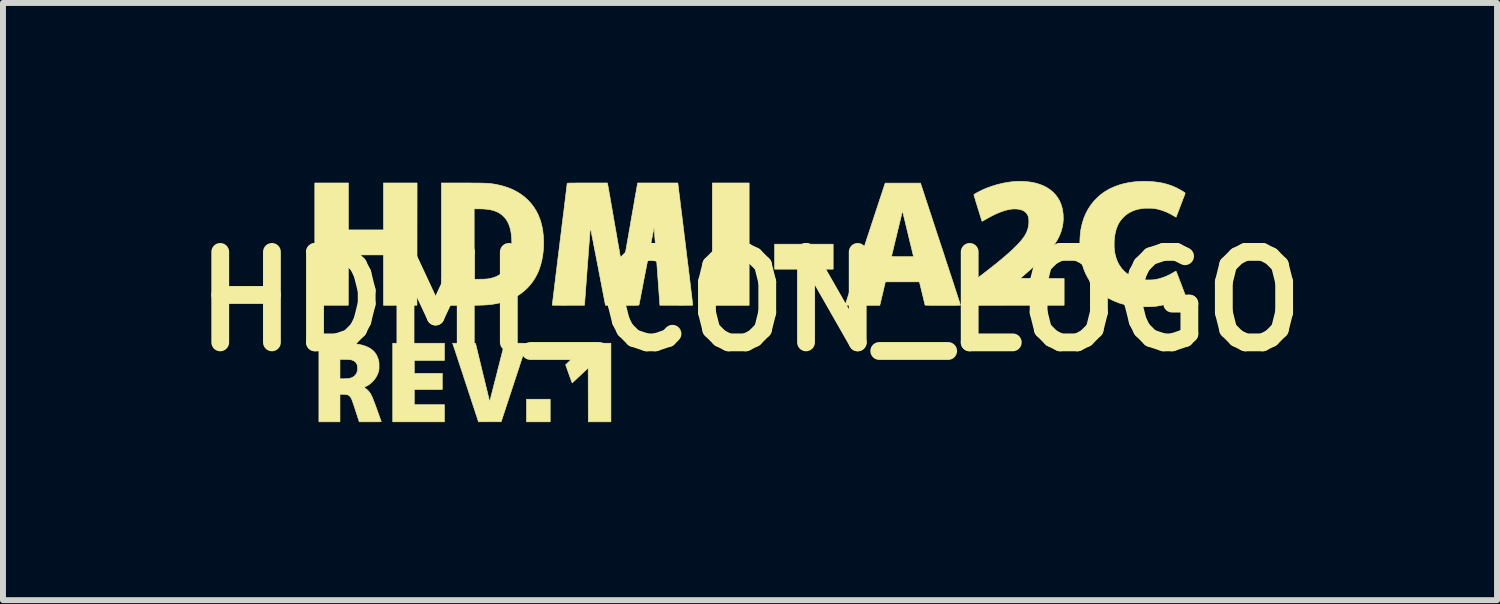
<source format=kicad_pcb>
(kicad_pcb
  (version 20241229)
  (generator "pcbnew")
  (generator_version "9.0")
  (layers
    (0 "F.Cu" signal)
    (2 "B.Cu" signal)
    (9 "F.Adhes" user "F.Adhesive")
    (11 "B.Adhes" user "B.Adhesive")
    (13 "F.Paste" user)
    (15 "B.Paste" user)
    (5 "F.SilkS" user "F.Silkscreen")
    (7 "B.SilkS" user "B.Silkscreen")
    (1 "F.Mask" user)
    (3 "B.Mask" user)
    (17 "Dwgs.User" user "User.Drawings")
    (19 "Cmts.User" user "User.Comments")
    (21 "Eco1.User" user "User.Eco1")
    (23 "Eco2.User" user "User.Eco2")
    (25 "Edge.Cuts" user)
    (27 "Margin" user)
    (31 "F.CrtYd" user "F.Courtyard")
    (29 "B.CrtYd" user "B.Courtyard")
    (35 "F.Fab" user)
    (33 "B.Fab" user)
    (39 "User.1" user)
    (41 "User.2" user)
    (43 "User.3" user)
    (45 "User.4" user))
  (footprint "HDMI_CON_LOGO"
    (layer "F.Cu")
    (at 9.587 2.029)
    (property "Reference" "HDMI_CON_LOGO" (at 0 0 0) (layer "F.SilkS") (effects (font (size 1.524 1.524) (thickness 0.3))))
    (attr through_hole)
    (fp_poly (pts (xy -3.367 2.028) (xy -3.766 2.028) (xy -3.766 1.647) (xy -3.367 1.647) (xy -3.367 2.028)) (stroke (width 0.01) (type solid)) (fill yes) (layer "F.SilkS"))
    (fp_poly (pts (xy -0.015 0.065) (xy -0.635 0.065) (xy -0.635 -1.996) (xy -0.015 -1.996) (xy -0.015 0.065)) (stroke (width 0.01) (type solid)) (fill yes) (layer "F.SilkS"))
    (fp_poly (pts (xy 1.401 -0.544) (xy 0.414 -0.544) (xy 0.414 -0.965) (xy 1.401 -0.965) (xy 1.401 -0.544)) (stroke (width 0.01) (type solid)) (fill yes) (layer "F.SilkS"))
    (fp_poly (pts (xy -5.149 0.994) (xy -5.657 0.994) (xy -5.657 1.212) (xy -5.185 1.212) (xy -5.185 1.484) (xy -5.657 1.484) (xy -5.657 1.738) (xy -5.149 1.738) (xy -5.149 2.028) (xy -6.02 2.028) (xy -6.02 0.704) (xy -5.149 0.704) (xy -5.149 0.994)) (stroke (width 0.01) (type solid)) (fill yes) (layer "F.SilkS"))
    (fp_poly (pts (xy -6.767 -1.205) (xy -6.176 -1.205) (xy -6.176 -1.996) (xy -5.61 -1.996) (xy -5.611 -0.966) (xy -5.612 0.064) (xy -5.894 0.064) (xy -6.176 0.065) (xy -6.176 -0.784) (xy -6.767 -0.784) (xy -6.768 -0.36) (xy -6.769 0.064) (xy -7.051 0.064) (xy -7.333 0.065) (xy -7.333 -1.996) (xy -6.767 -1.996) (xy -6.767 -1.205)) (stroke (width 0.01) (type solid)) (fill yes) (layer "F.SilkS"))
    (fp_poly (pts (xy -2.344 2.028) (xy -2.725 2.028) (xy -2.726 1.574) (xy -2.727 1.12) (xy -2.86 1.246) (xy -2.887 1.271) (xy -2.911 1.293) (xy -2.933 1.314) (xy -2.953 1.333) (xy -2.97 1.348) (xy -2.983 1.36) (xy -2.992 1.368) (xy -2.996 1.371) (xy -2.997 1.372) (xy -2.998 1.368) (xy -3.002 1.359) (xy -3.008 1.344) (xy -3.015 1.324) (xy -3.024 1.3) (xy -3.034 1.273) (xy -3.045 1.243) (xy -3.053 1.219) (xy -3.107 1.067) (xy -3.071 1.033) (xy -3.062 1.024) (xy -3.048 1.011) (xy -3.03 0.993) (xy -3.008 0.973) (xy -2.984 0.95) (xy -2.958 0.925) (xy -2.93 0.898) (xy -2.901 0.87) (xy -2.881 0.852) (xy -2.727 0.704) (xy -2.535 0.704) (xy -2.344 0.704) (xy -2.344 2.028)) (stroke (width 0.01) (type solid)) (fill yes) (layer "F.SilkS"))
    (fp_poly (pts (xy -4.818 0.705) (xy -4.625 0.706) (xy -4.508 1.19) (xy -4.494 1.248) (xy -4.48 1.304) (xy -4.467 1.358) (xy -4.455 1.409) (xy -4.443 1.457) (xy -4.432 1.501) (xy -4.422 1.541) (xy -4.414 1.578) (xy -4.406 1.609) (xy -4.4 1.635) (xy -4.395 1.655) (xy -4.391 1.67) (xy -4.389 1.678) (xy -4.389 1.68) (xy -4.386 1.683) (xy -4.385 1.683) (xy -4.384 1.68) (xy -4.382 1.67) (xy -4.377 1.653) (xy -4.372 1.632) (xy -4.365 1.605) (xy -4.357 1.573) (xy -4.348 1.538) (xy -4.338 1.499) (xy -4.327 1.456) (xy -4.316 1.412) (xy -4.304 1.364) (xy -4.291 1.316) (xy -4.278 1.266) (xy -4.265 1.215) (xy -4.253 1.164) (xy -4.24 1.114) (xy -4.227 1.064) (xy -4.215 1.016) (xy -4.203 0.969) (xy -4.192 0.925) (xy -4.181 0.883) (xy -4.171 0.844) (xy -4.163 0.809) (xy -4.155 0.779) (xy -4.148 0.753) (xy -4.143 0.732) (xy -4.139 0.717) (xy -4.137 0.708) (xy -4.137 0.706) (xy -4.133 0.705) (xy -4.123 0.705) (xy -4.107 0.705) (xy -4.086 0.705) (xy -4.06 0.704) (xy -4.03 0.704) (xy -3.997 0.704) (xy -3.962 0.704) (xy -3.948 0.704) (xy -3.912 0.704) (xy -3.878 0.704) (xy -3.847 0.704) (xy -3.819 0.705) (xy -3.796 0.705) (xy -3.778 0.705) (xy -3.766 0.706) (xy -3.76 0.706) (xy -3.759 0.707) (xy -3.761 0.71) (xy -3.764 0.721) (xy -3.769 0.737) (xy -3.777 0.759) (xy -3.786 0.787) (xy -3.796 0.82) (xy -3.809 0.858) (xy -3.823 0.901) (xy -3.838 0.948) (xy -3.855 0.998) (xy -3.873 1.052) (xy -3.891 1.11) (xy -3.911 1.17) (xy -3.932 1.233) (xy -3.953 1.298) (xy -3.975 1.364) (xy -3.976 1.368) (xy -4.193 2.027) (xy -4.384 2.027) (xy -4.575 2.028) (xy -4.59 1.984) (xy -4.592 1.975) (xy -4.597 1.96) (xy -4.604 1.939) (xy -4.613 1.913) (xy -4.624 1.881) (xy -4.636 1.844) (xy -4.649 1.803) (xy -4.664 1.758) (xy -4.68 1.709) (xy -4.697 1.657) (xy -4.715 1.602) (xy -4.734 1.545) (xy -4.753 1.486) (xy -4.773 1.425) (xy -4.781 1.402) (xy -4.801 1.341) (xy -4.821 1.28) (xy -4.84 1.22) (xy -4.859 1.163) (xy -4.878 1.107) (xy -4.895 1.055) (xy -4.911 1.006) (xy -4.926 0.96) (xy -4.94 0.918) (xy -4.952 0.881) (xy -4.962 0.849) (xy -4.971 0.822) (xy -4.978 0.802) (xy -4.983 0.787) (xy -4.984 0.785) (xy -5.011 0.704) (xy -4.818 0.705)) (stroke (width 0.01) (type solid)) (fill yes) (layer "F.SilkS"))
    (fp_poly (pts (xy -4.849 -1.996) (xy -4.781 -1.996) (xy -4.72 -1.996) (xy -4.666 -1.995) (xy -4.617 -1.995) (xy -4.573 -1.995) (xy -4.534 -1.994) (xy -4.499 -1.993) (xy -4.467 -1.992) (xy -4.439 -1.991) (xy -4.413 -1.989) (xy -4.389 -1.987) (xy -4.367 -1.985) (xy -4.346 -1.982) (xy -4.325 -1.979) (xy -4.305 -1.976) (xy -4.283 -1.972) (xy -4.261 -1.968) (xy -4.247 -1.965) (xy -4.161 -1.944) (xy -4.08 -1.918) (xy -4.003 -1.887) (xy -3.931 -1.85) (xy -3.863 -1.808) (xy -3.801 -1.762) (xy -3.744 -1.71) (xy -3.692 -1.654) (xy -3.645 -1.593) (xy -3.604 -1.528) (xy -3.568 -1.458) (xy -3.539 -1.384) (xy -3.526 -1.346) (xy -3.507 -1.272) (xy -3.492 -1.193) (xy -3.483 -1.111) (xy -3.478 -1.028) (xy -3.478 -0.943) (xy -3.483 -0.858) (xy -3.493 -0.775) (xy -3.508 -0.693) (xy -3.528 -0.615) (xy -3.552 -0.542) (xy -3.555 -0.533) (xy -3.587 -0.46) (xy -3.624 -0.392) (xy -3.666 -0.327) (xy -3.715 -0.267) (xy -3.742 -0.237) (xy -3.798 -0.183) (xy -3.859 -0.135) (xy -3.923 -0.092) (xy -3.993 -0.055) (xy -4.066 -0.023) (xy -4.145 0.004) (xy -4.229 0.027) (xy -4.265 0.035) (xy -4.289 0.039) (xy -4.312 0.043) (xy -4.335 0.047) (xy -4.357 0.05) (xy -4.381 0.053) (xy -4.406 0.055) (xy -4.433 0.058) (xy -4.462 0.059) (xy -4.493 0.061) (xy -4.529 0.062) (xy -4.568 0.063) (xy -4.611 0.064) (xy -4.659 0.064) (xy -4.713 0.065) (xy -4.772 0.065) (xy -4.838 0.065) (xy -4.885 0.065) (xy -5.2 0.065) (xy -5.2 -1.56) (xy -4.648 -1.56) (xy -4.648 -0.373) (xy -4.542 -0.375) (xy -4.505 -0.375) (xy -4.475 -0.376) (xy -4.45 -0.378) (xy -4.43 -0.379) (xy -4.414 -0.381) (xy -4.401 -0.383) (xy -4.342 -0.396) (xy -4.289 -0.414) (xy -4.241 -0.437) (xy -4.198 -0.465) (xy -4.16 -0.498) (xy -4.126 -0.537) (xy -4.098 -0.581) (xy -4.073 -0.63) (xy -4.053 -0.685) (xy -4.041 -0.731) (xy -4.03 -0.788) (xy -4.022 -0.849) (xy -4.016 -0.913) (xy -4.014 -0.978) (xy -4.015 -1.041) (xy -4.016 -1.06) (xy -4.022 -1.128) (xy -4.032 -1.191) (xy -4.046 -1.248) (xy -4.064 -1.299) (xy -4.086 -1.345) (xy -4.112 -1.386) (xy -4.143 -1.423) (xy -4.178 -1.456) (xy -4.19 -1.465) (xy -4.223 -1.488) (xy -4.258 -1.507) (xy -4.296 -1.523) (xy -4.337 -1.536) (xy -4.381 -1.546) (xy -4.43 -1.553) (xy -4.485 -1.558) (xy -4.545 -1.56) (xy -4.578 -1.56) (xy -4.648 -1.56) (xy -5.2 -1.56) (xy -5.2 -1.996) (xy -4.849 -1.996)) (stroke (width 0.01) (type solid)) (fill yes) (layer "F.SilkS"))
    (fp_poly (pts (xy 4.668 -2.018) (xy 4.747 -2.008) (xy 4.82 -1.992) (xy 4.888 -1.971) (xy 4.951 -1.945) (xy 5.009 -1.914) (xy 5.062 -1.878) (xy 5.11 -1.837) (xy 5.152 -1.791) (xy 5.153 -1.79) (xy 5.186 -1.745) (xy 5.215 -1.696) (xy 5.237 -1.644) (xy 5.255 -1.589) (xy 5.268 -1.529) (xy 5.276 -1.463) (xy 5.276 -1.457) (xy 5.278 -1.386) (xy 5.273 -1.316) (xy 5.26 -1.246) (xy 5.241 -1.177) (xy 5.214 -1.109) (xy 5.18 -1.041) (xy 5.139 -0.975) (xy 5.094 -0.913) (xy 5.058 -0.87) (xy 5.016 -0.823) (xy 4.969 -0.773) (xy 4.918 -0.72) (xy 4.861 -0.665) (xy 4.801 -0.608) (xy 4.737 -0.549) (xy 4.669 -0.489) (xy 4.654 -0.475) (xy 4.636 -0.46) (xy 4.618 -0.444) (xy 4.601 -0.429) (xy 4.586 -0.417) (xy 4.583 -0.414) (xy 4.556 -0.39) (xy 4.924 -0.388) (xy 5.292 -0.386) (xy 5.292 0.064) (xy 4.558 0.064) (xy 3.825 0.065) (xy 3.825 -0.387) (xy 3.914 -0.455) (xy 3.998 -0.52) (xy 4.076 -0.581) (xy 4.149 -0.639) (xy 4.216 -0.694) (xy 4.277 -0.745) (xy 4.334 -0.794) (xy 4.385 -0.84) (xy 4.432 -0.883) (xy 4.474 -0.924) (xy 4.512 -0.963) (xy 4.546 -1) (xy 4.576 -1.035) (xy 4.603 -1.069) (xy 4.636 -1.119) (xy 4.662 -1.17) (xy 4.681 -1.222) (xy 4.693 -1.276) (xy 4.698 -1.33) (xy 4.698 -1.36) (xy 4.695 -1.397) (xy 4.689 -1.428) (xy 4.679 -1.454) (xy 4.665 -1.477) (xy 4.646 -1.499) (xy 4.641 -1.503) (xy 4.619 -1.521) (xy 4.593 -1.535) (xy 4.563 -1.545) (xy 4.528 -1.553) (xy 4.499 -1.557) (xy 4.451 -1.559) (xy 4.399 -1.555) (xy 4.343 -1.545) (xy 4.284 -1.529) (xy 4.221 -1.507) (xy 4.154 -1.48) (xy 4.084 -1.446) (xy 4.009 -1.406) (xy 3.954 -1.374) (xy 3.938 -1.365) (xy 3.925 -1.358) (xy 3.915 -1.353) (xy 3.91 -1.351) (xy 3.91 -1.351) (xy 3.908 -1.355) (xy 3.904 -1.365) (xy 3.899 -1.38) (xy 3.893 -1.401) (xy 3.885 -1.425) (xy 3.876 -1.453) (xy 3.867 -1.484) (xy 3.857 -1.516) (xy 3.846 -1.55) (xy 3.836 -1.584) (xy 3.825 -1.618) (xy 3.815 -1.651) (xy 3.805 -1.683) (xy 3.797 -1.712) (xy 3.789 -1.738) (xy 3.782 -1.76) (xy 3.777 -1.778) (xy 3.773 -1.791) (xy 3.772 -1.797) (xy 3.772 -1.798) (xy 3.776 -1.803) (xy 3.786 -1.811) (xy 3.802 -1.82) (xy 3.821 -1.831) (xy 3.844 -1.843) (xy 3.869 -1.856) (xy 3.895 -1.869) (xy 3.922 -1.882) (xy 3.949 -1.894) (xy 3.974 -1.905) (xy 3.983 -1.908) (xy 4.071 -1.941) (xy 4.161 -1.968) (xy 4.251 -1.99) (xy 4.34 -2.007) (xy 4.427 -2.018) (xy 4.513 -2.024) (xy 4.585 -2.024) (xy 4.668 -2.018)) (stroke (width 0.01) (type solid)) (fill yes) (layer "F.SilkS"))
    (fp_poly (pts (xy -7.015 0.704) (xy -6.957 0.704) (xy -6.906 0.704) (xy -6.861 0.704) (xy -6.821 0.705) (xy -6.786 0.706) (xy -6.756 0.706) (xy -6.729 0.707) (xy -6.706 0.709) (xy -6.685 0.71) (xy -6.666 0.712) (xy -6.649 0.714) (xy -6.64 0.715) (xy -6.576 0.726) (xy -6.518 0.74) (xy -6.467 0.758) (xy -6.421 0.779) (xy -6.381 0.804) (xy -6.346 0.833) (xy -6.317 0.866) (xy -6.293 0.903) (xy -6.274 0.945) (xy -6.261 0.985) (xy -6.257 1) (xy -6.254 1.012) (xy -6.253 1.025) (xy -6.251 1.039) (xy -6.251 1.058) (xy -6.251 1.081) (xy -6.251 1.085) (xy -6.251 1.109) (xy -6.251 1.128) (xy -6.252 1.143) (xy -6.253 1.155) (xy -6.255 1.167) (xy -6.258 1.179) (xy -6.259 1.179) (xy -6.275 1.226) (xy -6.298 1.271) (xy -6.326 1.313) (xy -6.359 1.351) (xy -6.397 1.385) (xy -6.438 1.414) (xy -6.475 1.433) (xy -6.487 1.439) (xy -6.497 1.444) (xy -6.502 1.448) (xy -6.502 1.448) (xy -6.499 1.451) (xy -6.492 1.456) (xy -6.487 1.458) (xy -6.474 1.468) (xy -6.458 1.481) (xy -6.441 1.497) (xy -6.425 1.514) (xy -6.411 1.531) (xy -6.406 1.537) (xy -6.398 1.549) (xy -6.39 1.562) (xy -6.382 1.578) (xy -6.373 1.596) (xy -6.363 1.618) (xy -6.353 1.643) (xy -6.341 1.673) (xy -6.328 1.708) (xy -6.313 1.748) (xy -6.296 1.794) (xy -6.283 1.831) (xy -6.27 1.866) (xy -6.258 1.899) (xy -6.247 1.93) (xy -6.237 1.958) (xy -6.229 1.981) (xy -6.222 2) (xy -6.217 2.014) (xy -6.214 2.022) (xy -6.213 2.024) (xy -6.214 2.025) (xy -6.218 2.026) (xy -6.226 2.026) (xy -6.238 2.027) (xy -6.254 2.028) (xy -6.275 2.028) (xy -6.302 2.028) (xy -6.336 2.028) (xy -6.375 2.028) (xy -6.398 2.028) (xy -6.584 2.028) (xy -6.646 1.839) (xy -6.66 1.794) (xy -6.673 1.756) (xy -6.684 1.724) (xy -6.693 1.697) (xy -6.701 1.675) (xy -6.708 1.656) (xy -6.715 1.641) (xy -6.72 1.629) (xy -6.726 1.619) (xy -6.732 1.611) (xy -6.737 1.604) (xy -6.744 1.598) (xy -6.747 1.594) (xy -6.758 1.585) (xy -6.77 1.578) (xy -6.783 1.573) (xy -6.799 1.569) (xy -6.82 1.567) (xy -6.846 1.565) (xy -6.853 1.565) (xy -6.909 1.563) (xy -6.909 2.028) (xy -7.264 2.028) (xy -7.264 1.303) (xy -6.909 1.303) (xy -6.846 1.303) (xy -6.82 1.302) (xy -6.795 1.301) (xy -6.773 1.3) (xy -6.757 1.298) (xy -6.755 1.297) (xy -6.719 1.288) (xy -6.688 1.273) (xy -6.661 1.253) (xy -6.64 1.228) (xy -6.625 1.2) (xy -6.615 1.167) (xy -6.611 1.131) (xy -6.611 1.13) (xy -6.614 1.094) (xy -6.621 1.064) (xy -6.633 1.039) (xy -6.651 1.018) (xy -6.675 1.001) (xy -6.704 0.989) (xy -6.716 0.985) (xy -6.727 0.983) (xy -6.74 0.981) (xy -6.756 0.98) (xy -6.777 0.978) (xy -6.803 0.978) (xy -6.824 0.977) (xy -6.909 0.975) (xy -6.909 1.303) (xy -7.264 1.303) (xy -7.264 0.704) (xy -7.015 0.704)) (stroke (width 0.01) (type solid)) (fill yes) (layer "F.SilkS"))
    (fp_poly (pts (xy 3.208 -0.971) (xy 3.236 -0.887) (xy 3.263 -0.805) (xy 3.289 -0.725) (xy 3.314 -0.648) (xy 3.339 -0.573) (xy 3.362 -0.501) (xy 3.385 -0.432) (xy 3.407 -0.366) (xy 3.427 -0.304) (xy 3.446 -0.246) (xy 3.463 -0.192) (xy 3.48 -0.143) (xy 3.494 -0.098) (xy 3.507 -0.059) (xy 3.518 -0.024) (xy 3.528 0.004) (xy 3.535 0.027) (xy 3.54 0.044) (xy 3.544 0.055) (xy 3.545 0.059) (xy 3.545 0.059) (xy 3.545 0.06) (xy 3.543 0.061) (xy 3.541 0.062) (xy 3.537 0.063) (xy 3.53 0.063) (xy 3.52 0.064) (xy 3.508 0.064) (xy 3.491 0.065) (xy 3.471 0.065) (xy 3.446 0.065) (xy 3.416 0.065) (xy 3.38 0.065) (xy 3.338 0.065) (xy 3.29 0.065) (xy 3.248 0.065) (xy 3.192 0.065) (xy 3.144 0.065) (xy 3.102 0.065) (xy 3.066 0.065) (xy 3.035 0.065) (xy 3.01 0.064) (xy 2.99 0.064) (xy 2.974 0.064) (xy 2.963 0.063) (xy 2.955 0.062) (xy 2.951 0.062) (xy 2.949 0.061) (xy 2.948 0.056) (xy 2.945 0.046) (xy 2.941 0.029) (xy 2.936 0.008) (xy 2.93 -0.018) (xy 2.922 -0.048) (xy 2.915 -0.081) (xy 2.906 -0.116) (xy 2.901 -0.137) (xy 2.854 -0.33) (xy 2.28 -0.33) (xy 2.245 -0.179) (xy 2.237 -0.145) (xy 2.229 -0.111) (xy 2.221 -0.079) (xy 2.214 -0.049) (xy 2.208 -0.023) (xy 2.203 -0.001) (xy 2.199 0.015) (xy 2.198 0.019) (xy 2.187 0.065) (xy 1.896 0.065) (xy 1.85 0.065) (xy 1.807 0.065) (xy 1.767 0.065) (xy 1.729 0.065) (xy 1.696 0.065) (xy 1.667 0.064) (xy 1.642 0.064) (xy 1.623 0.064) (xy 1.61 0.063) (xy 1.604 0.063) (xy 1.603 0.063) (xy 1.604 0.059) (xy 1.607 0.049) (xy 1.612 0.032) (xy 1.62 0.009) (xy 1.629 -0.019) (xy 1.64 -0.053) (xy 1.653 -0.093) (xy 1.667 -0.137) (xy 1.683 -0.186) (xy 1.701 -0.24) (xy 1.719 -0.297) (xy 1.74 -0.359) (xy 1.761 -0.425) (xy 1.784 -0.493) (xy 1.807 -0.565) (xy 1.832 -0.64) (xy 1.857 -0.718) (xy 1.871 -0.758) (xy 2.384 -0.758) (xy 2.388 -0.757) (xy 2.398 -0.757) (xy 2.415 -0.756) (xy 2.438 -0.756) (xy 2.466 -0.755) (xy 2.5 -0.755) (xy 2.539 -0.755) (xy 2.569 -0.755) (xy 2.755 -0.755) (xy 2.753 -0.763) (xy 2.752 -0.767) (xy 2.749 -0.779) (xy 2.745 -0.796) (xy 2.739 -0.819) (xy 2.733 -0.847) (xy 2.725 -0.88) (xy 2.716 -0.917) (xy 2.706 -0.957) (xy 2.695 -1.001) (xy 2.684 -1.048) (xy 2.672 -1.097) (xy 2.661 -1.143) (xy 2.649 -1.194) (xy 2.637 -1.242) (xy 2.626 -1.288) (xy 2.616 -1.332) (xy 2.606 -1.371) (xy 2.597 -1.407) (xy 2.59 -1.439) (xy 2.583 -1.466) (xy 2.578 -1.488) (xy 2.574 -1.504) (xy 2.571 -1.513) (xy 2.57 -1.516) (xy 2.567 -1.516) (xy 2.567 -1.516) (xy 2.566 -1.512) (xy 2.563 -1.502) (xy 2.559 -1.486) (xy 2.554 -1.465) (xy 2.548 -1.438) (xy 2.54 -1.408) (xy 2.532 -1.373) (xy 2.523 -1.336) (xy 2.513 -1.296) (xy 2.503 -1.254) (xy 2.492 -1.21) (xy 2.481 -1.166) (xy 2.471 -1.121) (xy 2.46 -1.076) (xy 2.449 -1.033) (xy 2.439 -0.99) (xy 2.429 -0.949) (xy 2.42 -0.911) (xy 2.412 -0.876) (xy 2.404 -0.844) (xy 2.397 -0.817) (xy 2.392 -0.794) (xy 2.388 -0.776) (xy 2.385 -0.764) (xy 2.384 -0.758) (xy 2.384 -0.758) (xy 1.871 -0.758) (xy 1.883 -0.797) (xy 1.91 -0.879) (xy 1.938 -0.963) (xy 1.939 -0.967) (xy 2.277 -1.994) (xy 2.872 -1.994) (xy 3.208 -0.971)) (stroke (width 0.01) (type solid)) (fill yes) (layer "F.SilkS"))
    (fp_poly (pts (xy 6.691 -2.024) (xy 6.784 -2.018) (xy 6.872 -2.008) (xy 6.956 -1.993) (xy 7.035 -1.972) (xy 7.112 -1.946) (xy 7.185 -1.914) (xy 7.256 -1.876) (xy 7.293 -1.854) (xy 7.31 -1.843) (xy 7.322 -1.834) (xy 7.329 -1.828) (xy 7.332 -1.824) (xy 7.331 -1.822) (xy 7.33 -1.818) (xy 7.326 -1.807) (xy 7.32 -1.791) (xy 7.312 -1.77) (xy 7.302 -1.745) (xy 7.291 -1.716) (xy 7.279 -1.684) (xy 7.266 -1.65) (xy 7.258 -1.629) (xy 7.245 -1.594) (xy 7.232 -1.56) (xy 7.22 -1.529) (xy 7.21 -1.501) (xy 7.2 -1.477) (xy 7.193 -1.457) (xy 7.187 -1.442) (xy 7.183 -1.433) (xy 7.183 -1.43) (xy 7.178 -1.419) (xy 7.149 -1.437) (xy 7.081 -1.475) (xy 7.013 -1.508) (xy 6.943 -1.534) (xy 6.874 -1.554) (xy 6.806 -1.567) (xy 6.798 -1.568) (xy 6.776 -1.57) (xy 6.749 -1.571) (xy 6.719 -1.571) (xy 6.688 -1.571) (xy 6.659 -1.571) (xy 6.632 -1.569) (xy 6.615 -1.567) (xy 6.549 -1.556) (xy 6.488 -1.54) (xy 6.431 -1.517) (xy 6.378 -1.489) (xy 6.33 -1.455) (xy 6.301 -1.429) (xy 6.261 -1.387) (xy 6.227 -1.341) (xy 6.199 -1.29) (xy 6.176 -1.235) (xy 6.158 -1.175) (xy 6.145 -1.11) (xy 6.137 -1.041) (xy 6.135 -0.971) (xy 6.135 -0.929) (xy 6.137 -0.893) (xy 6.14 -0.86) (xy 6.145 -0.827) (xy 6.151 -0.794) (xy 6.153 -0.788) (xy 6.17 -0.725) (xy 6.193 -0.666) (xy 6.222 -0.612) (xy 6.256 -0.563) (xy 6.295 -0.518) (xy 6.339 -0.479) (xy 6.388 -0.445) (xy 6.442 -0.416) (xy 6.5 -0.392) (xy 6.502 -0.392) (xy 6.535 -0.381) (xy 6.567 -0.374) (xy 6.598 -0.368) (xy 6.631 -0.364) (xy 6.668 -0.362) (xy 6.707 -0.362) (xy 6.743 -0.362) (xy 6.773 -0.363) (xy 6.8 -0.365) (xy 6.825 -0.369) (xy 6.852 -0.374) (xy 6.881 -0.38) (xy 6.896 -0.384) (xy 6.958 -0.403) (xy 7.021 -0.428) (xy 7.084 -0.459) (xy 7.135 -0.488) (xy 7.15 -0.497) (xy 7.163 -0.504) (xy 7.172 -0.509) (xy 7.177 -0.512) (xy 7.177 -0.512) (xy 7.178 -0.509) (xy 7.181 -0.502) (xy 7.186 -0.491) (xy 7.193 -0.474) (xy 7.201 -0.452) (xy 7.212 -0.424) (xy 7.225 -0.391) (xy 7.239 -0.353) (xy 7.257 -0.308) (xy 7.276 -0.257) (xy 7.298 -0.199) (xy 7.322 -0.135) (xy 7.327 -0.122) (xy 7.333 -0.105) (xy 7.294 -0.08) (xy 7.271 -0.065) (xy 7.243 -0.05) (xy 7.212 -0.033) (xy 7.18 -0.017) (xy 7.149 -0.003) (xy 7.121 0.009) (xy 7.105 0.016) (xy 7.021 0.043) (xy 6.937 0.064) (xy 6.932 0.065) (xy 6.9 0.071) (xy 6.872 0.076) (xy 6.846 0.08) (xy 6.82 0.083) (xy 6.793 0.085) (xy 6.765 0.087) (xy 6.733 0.088) (xy 6.696 0.089) (xy 6.671 0.089) (xy 6.642 0.089) (xy 6.615 0.089) (xy 6.591 0.089) (xy 6.57 0.089) (xy 6.555 0.089) (xy 6.545 0.089) (xy 6.542 0.089) (xy 6.533 0.088) (xy 6.519 0.086) (xy 6.503 0.085) (xy 6.49 0.083) (xy 6.438 0.077) (xy 6.384 0.068) (xy 6.329 0.056) (xy 6.276 0.043) (xy 6.227 0.029) (xy 6.213 0.024) (xy 6.133 -0.008) (xy 6.058 -0.044) (xy 5.987 -0.086) (xy 5.921 -0.134) (xy 5.86 -0.186) (xy 5.835 -0.211) (xy 5.78 -0.27) (xy 5.732 -0.334) (xy 5.689 -0.402) (xy 5.652 -0.474) (xy 5.621 -0.551) (xy 5.596 -0.631) (xy 5.577 -0.716) (xy 5.574 -0.737) (xy 5.569 -0.765) (xy 5.565 -0.792) (xy 5.562 -0.817) (xy 5.56 -0.842) (xy 5.559 -0.868) (xy 5.558 -0.898) (xy 5.557 -0.932) (xy 5.557 -0.971) (xy 5.558 -1.033) (xy 5.561 -1.089) (xy 5.565 -1.142) (xy 5.571 -1.191) (xy 5.58 -1.24) (xy 5.591 -1.289) (xy 5.604 -1.339) (xy 5.63 -1.417) (xy 5.663 -1.492) (xy 5.701 -1.562) (xy 5.745 -1.628) (xy 5.794 -1.69) (xy 5.849 -1.747) (xy 5.909 -1.8) (xy 5.974 -1.847) (xy 6.044 -1.889) (xy 6.076 -1.905) (xy 6.151 -1.938) (xy 6.231 -1.966) (xy 6.315 -1.989) (xy 6.403 -2.006) (xy 6.494 -2.017) (xy 6.589 -2.023) (xy 6.687 -2.024) (xy 6.691 -2.024)) (stroke (width 0.01) (type solid)) (fill yes) (layer "F.SilkS"))
    (fp_poly (pts (xy -2.399 -1.977) (xy -2.398 -1.971) (xy -2.396 -1.959) (xy -2.392 -1.94) (xy -2.388 -1.915) (xy -2.383 -1.885) (xy -2.376 -1.849) (xy -2.369 -1.808) (xy -2.361 -1.763) (xy -2.352 -1.713) (xy -2.343 -1.659) (xy -2.333 -1.602) (xy -2.322 -1.541) (xy -2.311 -1.477) (xy -2.3 -1.411) (xy -2.288 -1.343) (xy -2.276 -1.273) (xy -2.273 -1.259) (xy -2.261 -1.189) (xy -2.249 -1.121) (xy -2.238 -1.055) (xy -2.227 -0.992) (xy -2.216 -0.931) (xy -2.206 -0.874) (xy -2.197 -0.821) (xy -2.188 -0.771) (xy -2.18 -0.726) (xy -2.173 -0.685) (xy -2.166 -0.65) (xy -2.161 -0.62) (xy -2.157 -0.595) (xy -2.153 -0.577) (xy -2.151 -0.565) (xy -2.15 -0.56) (xy -2.15 -0.559) (xy -2.146 -0.559) (xy -2.146 -0.563) (xy -2.144 -0.574) (xy -2.14 -0.591) (xy -2.136 -0.614) (xy -2.131 -0.643) (xy -2.125 -0.677) (xy -2.118 -0.716) (xy -2.11 -0.76) (xy -2.102 -0.809) (xy -2.092 -0.862) (xy -2.082 -0.918) (xy -2.072 -0.978) (xy -2.061 -1.041) (xy -2.049 -1.106) (xy -2.038 -1.174) (xy -2.025 -1.244) (xy -2.021 -1.268) (xy -2.009 -1.339) (xy -1.997 -1.408) (xy -1.985 -1.475) (xy -1.974 -1.539) (xy -1.963 -1.6) (xy -1.953 -1.658) (xy -1.944 -1.713) (xy -1.935 -1.763) (xy -1.927 -1.81) (xy -1.919 -1.851) (xy -1.913 -1.888) (xy -1.907 -1.919) (xy -1.903 -1.945) (xy -1.899 -1.965) (xy -1.897 -1.978) (xy -1.896 -1.985) (xy -1.896 -1.986) (xy -1.894 -1.996) (xy -1.216 -1.996) (xy -1.212 -1.959) (xy -1.211 -1.952) (xy -1.209 -1.938) (xy -1.207 -1.918) (xy -1.204 -1.891) (xy -1.2 -1.859) (xy -1.195 -1.821) (xy -1.189 -1.777) (xy -1.183 -1.729) (xy -1.177 -1.675) (xy -1.17 -1.617) (xy -1.162 -1.555) (xy -1.154 -1.49) (xy -1.145 -1.42) (xy -1.136 -1.348) (xy -1.127 -1.272) (xy -1.117 -1.194) (xy -1.108 -1.113) (xy -1.097 -1.031) (xy -1.087 -0.947) (xy -1.085 -0.931) (xy -1.075 -0.847) (xy -1.065 -0.765) (xy -1.055 -0.685) (xy -1.045 -0.607) (xy -1.036 -0.532) (xy -1.027 -0.461) (xy -1.019 -0.392) (xy -1.011 -0.327) (xy -1.004 -0.267) (xy -0.997 -0.21) (xy -0.991 -0.158) (xy -0.985 -0.111) (xy -0.98 -0.068) (xy -0.976 -0.031) (xy -0.972 -0.000121) (xy -0.969 0.025) (xy -0.967 0.044) (xy -0.966 0.057) (xy -0.965 0.062) (xy -0.965 0.063) (xy -0.969 0.063) (xy -0.98 0.063) (xy -0.996 0.064) (xy -1.019 0.064) (xy -1.046 0.064) (xy -1.078 0.064) (xy -1.113 0.065) (xy -1.152 0.065) (xy -1.194 0.065) (xy -1.238 0.064) (xy -1.243 0.064) (xy -1.519 0.064) (xy -1.566 -0.584) (xy -1.571 -0.652) (xy -1.576 -0.718) (xy -1.581 -0.781) (xy -1.586 -0.842) (xy -1.59 -0.9) (xy -1.594 -0.955) (xy -1.598 -1.005) (xy -1.602 -1.052) (xy -1.605 -1.094) (xy -1.608 -1.131) (xy -1.61 -1.163) (xy -1.612 -1.19) (xy -1.614 -1.21) (xy -1.615 -1.224) (xy -1.616 -1.232) (xy -1.616 -1.233) (xy -1.62 -1.233) (xy -1.62 -1.233) (xy -1.62 -1.23) (xy -1.623 -1.219) (xy -1.626 -1.202) (xy -1.63 -1.18) (xy -1.636 -1.151) (xy -1.643 -1.117) (xy -1.65 -1.078) (xy -1.659 -1.035) (xy -1.668 -0.987) (xy -1.678 -0.935) (xy -1.689 -0.88) (xy -1.7 -0.821) (xy -1.712 -0.76) (xy -1.724 -0.696) (xy -1.737 -0.63) (xy -1.745 -0.59) (xy -1.758 -0.522) (xy -1.771 -0.457) (xy -1.783 -0.394) (xy -1.795 -0.334) (xy -1.806 -0.276) (xy -1.816 -0.222) (xy -1.826 -0.171) (xy -1.835 -0.125) (xy -1.843 -0.083) (xy -1.85 -0.045) (xy -1.857 -0.013) (xy -1.862 0.014) (xy -1.866 0.035) (xy -1.869 0.049) (xy -1.871 0.057) (xy -1.871 0.059) (xy -1.872 0.06) (xy -1.873 0.061) (xy -1.876 0.062) (xy -1.881 0.063) (xy -1.888 0.063) (xy -1.898 0.064) (xy -1.911 0.064) (xy -1.928 0.065) (xy -1.949 0.065) (xy -1.974 0.065) (xy -2.005 0.065) (xy -2.042 0.065) (xy -2.085 0.065) (xy -2.134 0.064) (xy -2.154 0.064) (xy -2.436 0.064) (xy -2.561 -0.584) (xy -2.574 -0.652) (xy -2.587 -0.717) (xy -2.599 -0.78) (xy -2.611 -0.841) (xy -2.622 -0.898) (xy -2.633 -0.953) (xy -2.642 -1.003) (xy -2.651 -1.05) (xy -2.66 -1.092) (xy -2.667 -1.129) (xy -2.673 -1.161) (xy -2.678 -1.188) (xy -2.683 -1.209) (xy -2.685 -1.224) (xy -2.687 -1.232) (xy -2.688 -1.233) (xy -2.691 -1.233) (xy -2.691 -1.233) (xy -2.691 -1.229) (xy -2.692 -1.218) (xy -2.694 -1.201) (xy -2.696 -1.178) (xy -2.698 -1.149) (xy -2.701 -1.114) (xy -2.704 -1.075) (xy -2.707 -1.03) (xy -2.711 -0.982) (xy -2.715 -0.929) (xy -2.719 -0.873) (xy -2.724 -0.814) (xy -2.728 -0.751) (xy -2.733 -0.687) (xy -2.738 -0.62) (xy -2.741 -0.584) (xy -2.789 0.064) (xy -3.06 0.064) (xy -3.103 0.065) (xy -3.145 0.065) (xy -3.184 0.065) (xy -3.219 0.064) (xy -3.251 0.064) (xy -3.278 0.064) (xy -3.301 0.064) (xy -3.317 0.063) (xy -3.328 0.063) (xy -3.332 0.063) (xy -3.332 0.063) (xy -3.332 0.059) (xy -3.331 0.048) (xy -3.329 0.031) (xy -3.326 0.007) (xy -3.322 -0.023) (xy -3.318 -0.058) (xy -3.313 -0.099) (xy -3.307 -0.145) (xy -3.301 -0.196) (xy -3.294 -0.252) (xy -3.287 -0.312) (xy -3.279 -0.376) (xy -3.271 -0.444) (xy -3.262 -0.515) (xy -3.253 -0.589) (xy -3.244 -0.667) (xy -3.234 -0.747) (xy -3.224 -0.829) (xy -3.213 -0.913) (xy -3.207 -0.962) (xy -3.197 -1.047) (xy -3.186 -1.13) (xy -3.176 -1.212) (xy -3.167 -1.291) (xy -3.157 -1.367) (xy -3.148 -1.44) (xy -3.139 -1.51) (xy -3.131 -1.577) (xy -3.124 -1.639) (xy -3.116 -1.697) (xy -3.11 -1.751) (xy -3.104 -1.801) (xy -3.098 -1.845) (xy -3.094 -1.884) (xy -3.09 -1.917) (xy -3.086 -1.944) (xy -3.084 -1.965) (xy -3.082 -1.98) (xy -3.081 -1.988) (xy -3.081 -1.989) (xy -3.08 -1.99) (xy -3.079 -1.991) (xy -3.077 -1.992) (xy -3.073 -1.993) (xy -3.066 -1.994) (xy -3.057 -1.994) (xy -3.045 -1.994) (xy -3.03 -1.995) (xy -3.01 -1.995) (xy -2.986 -1.995) (xy -2.958 -1.995) (xy -2.924 -1.996) (xy -2.885 -1.996) (xy -2.84 -1.996) (xy -2.788 -1.996) (xy -2.742 -1.996) (xy -2.403 -1.996) (xy -2.399 -1.977)) (stroke (width 0.01) (type solid)) (fill yes) (layer "F.SilkS")))
  (gr_rect
    (start -3 -3)
    (end 22.173 7.062)
    (stroke (width 0.1) (type default))
    (fill no)
    (layer "Edge.Cuts")))
</source>
